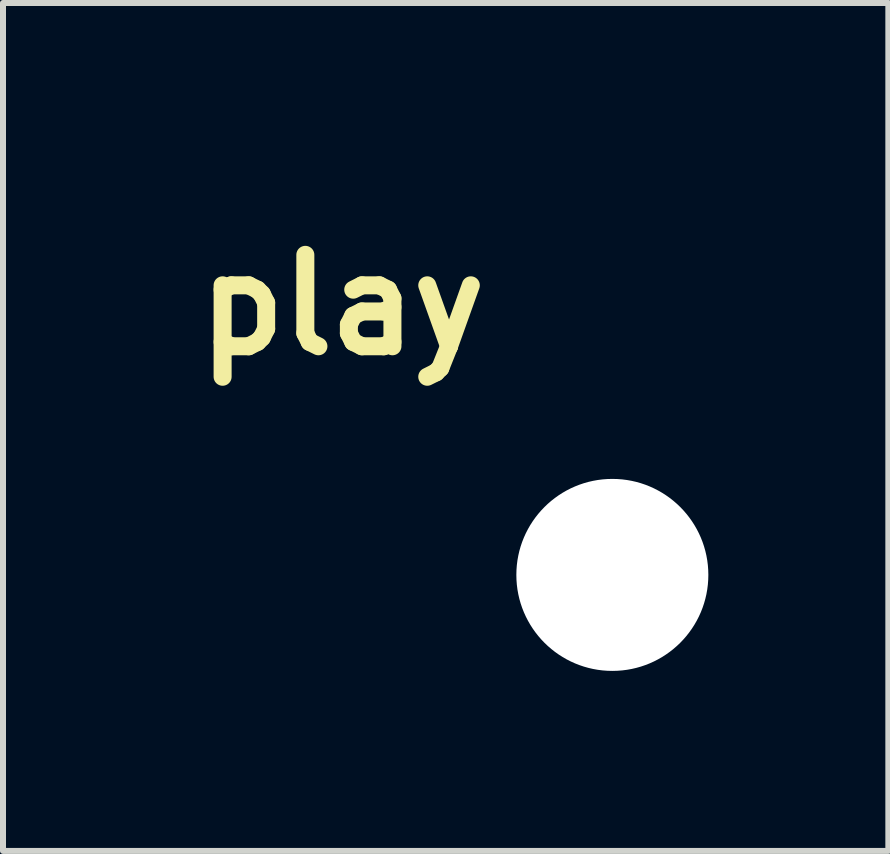
<source format=kicad_pcb>
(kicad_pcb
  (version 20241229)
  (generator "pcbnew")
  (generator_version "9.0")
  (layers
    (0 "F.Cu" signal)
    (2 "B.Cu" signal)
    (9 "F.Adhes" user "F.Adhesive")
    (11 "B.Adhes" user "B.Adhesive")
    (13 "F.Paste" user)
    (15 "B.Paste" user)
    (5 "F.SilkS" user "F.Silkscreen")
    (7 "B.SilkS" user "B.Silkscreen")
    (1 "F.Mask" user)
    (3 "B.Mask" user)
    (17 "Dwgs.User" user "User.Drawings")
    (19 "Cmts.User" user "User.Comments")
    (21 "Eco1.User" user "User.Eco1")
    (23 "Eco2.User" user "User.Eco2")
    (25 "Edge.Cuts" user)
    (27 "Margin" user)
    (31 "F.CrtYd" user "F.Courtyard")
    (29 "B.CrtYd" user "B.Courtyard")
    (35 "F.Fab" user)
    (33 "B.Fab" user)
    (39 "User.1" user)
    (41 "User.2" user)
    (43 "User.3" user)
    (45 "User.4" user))
  (footprint "play"
    (layer "F.Cu")
    (at 7.156 6.532)
    (property "Reference" "play" (at -4.5 -4.5 0) (layer "F.SilkS") (effects (font (size 1.524 1.524) (thickness 0.3))))
    (attr through_hole)
    (fp_poly (pts (xy -6.536 -6.527) (xy -6.513 -6.526) (xy -6.491 -6.523) (xy -6.469 -6.517) (xy -6.442 -6.508) (xy -6.407 -6.494) (xy -6.36 -6.475) (xy -6.345 -6.469) (xy -6.325 -6.46) (xy -6.289 -6.446) (xy -6.24 -6.426) (xy -6.177 -6.4) (xy -6.101 -6.369) (xy -6.013 -6.333) (xy -5.914 -6.292) (xy -5.805 -6.247) (xy -5.685 -6.199) (xy -5.557 -6.146) (xy -5.42 -6.09) (xy -5.275 -6.031) (xy -5.124 -5.969) (xy -4.966 -5.905) (xy -4.803 -5.838) (xy -4.635 -5.769) (xy -4.463 -5.699) (xy -4.288 -5.628) (xy -4.259 -5.616) (xy -4.085 -5.544) (xy -3.914 -5.475) (xy -3.749 -5.407) (xy -3.588 -5.341) (xy -3.434 -5.278) (xy -3.286 -5.217) (xy -3.145 -5.16) (xy -3.012 -5.105) (xy -2.888 -5.054) (xy -2.773 -5.007) (xy -2.669 -4.964) (xy -2.574 -4.925) (xy -2.492 -4.891) (xy -2.421 -4.861) (xy -2.363 -4.837) (xy -2.319 -4.819) (xy -2.289 -4.806) (xy -2.273 -4.799) (xy -2.272 -4.798) (xy -2.218 -4.76) (xy -2.174 -4.71) (xy -2.141 -4.651) (xy -2.12 -4.587) (xy -2.113 -4.52) (xy -2.121 -4.453) (xy -2.125 -4.44) (xy -2.146 -4.389) (xy -2.178 -4.339) (xy -2.216 -4.295) (xy -2.24 -4.275) (xy -2.252 -4.269) (xy -2.278 -4.257) (xy -2.319 -4.239) (xy -2.374 -4.214) (xy -2.443 -4.184) (xy -2.525 -4.149) (xy -2.619 -4.108) (xy -2.725 -4.062) (xy -2.843 -4.012) (xy -2.971 -3.957) (xy -3.111 -3.897) (xy -3.26 -3.834) (xy -3.418 -3.766) (xy -3.586 -3.695) (xy -3.762 -3.62) (xy -3.946 -3.542) (xy -4.137 -3.46) (xy -4.335 -3.376) (xy -4.382 -3.357) (xy -6.485 -2.466) (xy -6.552 -2.463) (xy -6.599 -2.463) (xy -6.636 -2.467) (xy -6.664 -2.475) (xy -6.732 -2.508) (xy -6.788 -2.553) (xy -6.833 -2.611) (xy -6.852 -2.646) (xy -6.874 -2.693) (xy -6.874 -4.496) (xy -6.252 -4.496) (xy -6.252 -3.247) (xy -6.225 -3.259) (xy -6.214 -3.263) (xy -6.188 -3.274) (xy -6.149 -3.291) (xy -6.096 -3.313) (xy -6.032 -3.34) (xy -5.956 -3.372) (xy -5.87 -3.409) (xy -5.775 -3.449) (xy -5.67 -3.494) (xy -5.558 -3.541) (xy -5.44 -3.591) (xy -5.315 -3.644) (xy -5.185 -3.699) (xy -5.05 -3.756) (xy -5.004 -3.776) (xy -4.863 -3.836) (xy -4.723 -3.895) (xy -4.586 -3.953) (xy -4.451 -4.01) (xy -4.321 -4.065) (xy -4.197 -4.118) (xy -4.079 -4.168) (xy -3.968 -4.215) (xy -3.867 -4.258) (xy -3.775 -4.297) (xy -3.695 -4.331) (xy -3.626 -4.36) (xy -3.571 -4.383) (xy -3.531 -4.4) (xy -3.467 -4.428) (xy -3.407 -4.453) (xy -3.355 -4.475) (xy -3.311 -4.494) (xy -3.278 -4.508) (xy -3.257 -4.517) (xy -3.249 -4.521) (xy -3.256 -4.524) (xy -3.278 -4.533) (xy -3.311 -4.548) (xy -3.356 -4.567) (xy -3.41 -4.589) (xy -3.471 -4.614) (xy -3.539 -4.642) (xy -3.584 -4.66) (xy -3.848 -4.769) (xy -4.098 -4.871) (xy -4.332 -4.966) (xy -4.551 -5.056) (xy -4.756 -5.14) (xy -4.946 -5.217) (xy -5.122 -5.289) (xy -5.284 -5.355) (xy -5.433 -5.416) (xy -5.568 -5.471) (xy -5.69 -5.521) (xy -5.799 -5.565) (xy -5.896 -5.604) (xy -5.98 -5.639) (xy -6.052 -5.668) (xy -6.112 -5.692) (xy -6.16 -5.712) (xy -6.198 -5.727) (xy -6.224 -5.737) (xy -6.239 -5.743) (xy -6.244 -5.744) (xy -6.245 -5.736) (xy -6.246 -5.71) (xy -6.247 -5.668) (xy -6.248 -5.609) (xy -6.249 -5.534) (xy -6.25 -5.441) (xy -6.25 -5.332) (xy -6.251 -5.207) (xy -6.251 -5.065) (xy -6.252 -4.906) (xy -6.252 -4.731) (xy -6.252 -4.54) (xy -6.252 -4.496) (xy -6.874 -4.496) (xy -6.874 -6.299) (xy -6.846 -6.355) (xy -6.807 -6.416) (xy -6.755 -6.467) (xy -6.692 -6.505) (xy -6.667 -6.516) (xy -6.643 -6.522) (xy -6.616 -6.526) (xy -6.579 -6.527) (xy -6.565 -6.527) (xy -6.536 -6.527)) (stroke (width 0.01) (type solid)) (fill yes) (layer "F.Mask"))
    (fp_poly (pts (xy -6.536 -6.527) (xy -6.513 -6.526) (xy -6.491 -6.523) (xy -6.469 -6.517) (xy -6.442 -6.508) (xy -6.407 -6.494) (xy -6.36 -6.475) (xy -6.345 -6.469) (xy -6.325 -6.46) (xy -6.289 -6.446) (xy -6.24 -6.426) (xy -6.177 -6.4) (xy -6.101 -6.369) (xy -6.013 -6.333) (xy -5.914 -6.292) (xy -5.805 -6.247) (xy -5.685 -6.199) (xy -5.557 -6.146) (xy -5.42 -6.09) (xy -5.275 -6.031) (xy -5.124 -5.969) (xy -4.966 -5.905) (xy -4.803 -5.838) (xy -4.635 -5.769) (xy -4.463 -5.699) (xy -4.288 -5.628) (xy -4.259 -5.616) (xy -4.085 -5.544) (xy -3.914 -5.475) (xy -3.749 -5.407) (xy -3.588 -5.341) (xy -3.434 -5.278) (xy -3.286 -5.217) (xy -3.145 -5.16) (xy -3.012 -5.105) (xy -2.888 -5.054) (xy -2.773 -5.007) (xy -2.669 -4.964) (xy -2.574 -4.925) (xy -2.492 -4.891) (xy -2.421 -4.861) (xy -2.363 -4.837) (xy -2.319 -4.819) (xy -2.289 -4.806) (xy -2.273 -4.799) (xy -2.272 -4.798) (xy -2.218 -4.76) (xy -2.174 -4.71) (xy -2.141 -4.651) (xy -2.12 -4.587) (xy -2.113 -4.52) (xy -2.121 -4.453) (xy -2.125 -4.44) (xy -2.146 -4.389) (xy -2.178 -4.339) (xy -2.216 -4.295) (xy -2.24 -4.275) (xy -2.252 -4.269) (xy -2.278 -4.257) (xy -2.319 -4.239) (xy -2.374 -4.214) (xy -2.443 -4.184) (xy -2.525 -4.149) (xy -2.619 -4.108) (xy -2.725 -4.062) (xy -2.843 -4.012) (xy -2.971 -3.957) (xy -3.111 -3.897) (xy -3.26 -3.834) (xy -3.418 -3.766) (xy -3.586 -3.695) (xy -3.762 -3.62) (xy -3.946 -3.542) (xy -4.137 -3.46) (xy -4.335 -3.376) (xy -4.382 -3.357) (xy -6.485 -2.466) (xy -6.552 -2.463) (xy -6.599 -2.463) (xy -6.636 -2.467) (xy -6.664 -2.475) (xy -6.732 -2.508) (xy -6.788 -2.553) (xy -6.833 -2.611) (xy -6.852 -2.646) (xy -6.874 -2.693) (xy -6.874 -4.496) (xy -6.252 -4.496) (xy -6.252 -3.247) (xy -6.225 -3.259) (xy -6.214 -3.263) (xy -6.188 -3.274) (xy -6.149 -3.291) (xy -6.096 -3.313) (xy -6.032 -3.34) (xy -5.956 -3.372) (xy -5.87 -3.409) (xy -5.775 -3.449) (xy -5.67 -3.494) (xy -5.558 -3.541) (xy -5.44 -3.591) (xy -5.315 -3.644) (xy -5.185 -3.699) (xy -5.05 -3.756) (xy -5.004 -3.776) (xy -4.863 -3.836) (xy -4.723 -3.895) (xy -4.586 -3.953) (xy -4.451 -4.01) (xy -4.321 -4.065) (xy -4.197 -4.118) (xy -4.079 -4.168) (xy -3.968 -4.215) (xy -3.867 -4.258) (xy -3.775 -4.297) (xy -3.695 -4.331) (xy -3.626 -4.36) (xy -3.571 -4.383) (xy -3.531 -4.4) (xy -3.467 -4.428) (xy -3.407 -4.453) (xy -3.355 -4.475) (xy -3.311 -4.494) (xy -3.278 -4.508) (xy -3.257 -4.517) (xy -3.249 -4.521) (xy -3.256 -4.524) (xy -3.278 -4.533) (xy -3.311 -4.548) (xy -3.356 -4.567) (xy -3.41 -4.589) (xy -3.471 -4.614) (xy -3.539 -4.642) (xy -3.584 -4.66) (xy -3.848 -4.769) (xy -4.098 -4.871) (xy -4.332 -4.966) (xy -4.551 -5.056) (xy -4.756 -5.14) (xy -4.946 -5.217) (xy -5.122 -5.289) (xy -5.284 -5.355) (xy -5.433 -5.416) (xy -5.568 -5.471) (xy -5.69 -5.521) (xy -5.799 -5.565) (xy -5.896 -5.604) (xy -5.98 -5.639) (xy -6.052 -5.668) (xy -6.112 -5.692) (xy -6.16 -5.712) (xy -6.198 -5.727) (xy -6.224 -5.737) (xy -6.239 -5.743) (xy -6.244 -5.744) (xy -6.245 -5.736) (xy -6.246 -5.71) (xy -6.247 -5.668) (xy -6.248 -5.609) (xy -6.249 -5.534) (xy -6.25 -5.441) (xy -6.25 -5.332) (xy -6.251 -5.207) (xy -6.251 -5.065) (xy -6.252 -4.906) (xy -6.252 -4.731) (xy -6.252 -4.54) (xy -6.252 -4.496) (xy -6.874 -4.496) (xy -6.874 -6.299) (xy -6.846 -6.355) (xy -6.807 -6.416) (xy -6.755 -6.467) (xy -6.692 -6.505) (xy -6.667 -6.516) (xy -6.643 -6.522) (xy -6.616 -6.526) (xy -6.579 -6.527) (xy -6.565 -6.527) (xy -6.536 -6.527)) (stroke (width 0.01) (type solid)) (fill yes) (layer "B.Mask"))
    (pad "" np_thru_hole circle (at 0 0) (size 3.2 3.2) (drill 3.2) (layers "*.Cu" "*.Mask")))
  (gr_rect
    (start -3 -3)
    (end 11.756 11.132)
    (stroke (width 0.1) (type default))
    (fill no)
    (layer "Edge.Cuts")))
</source>
